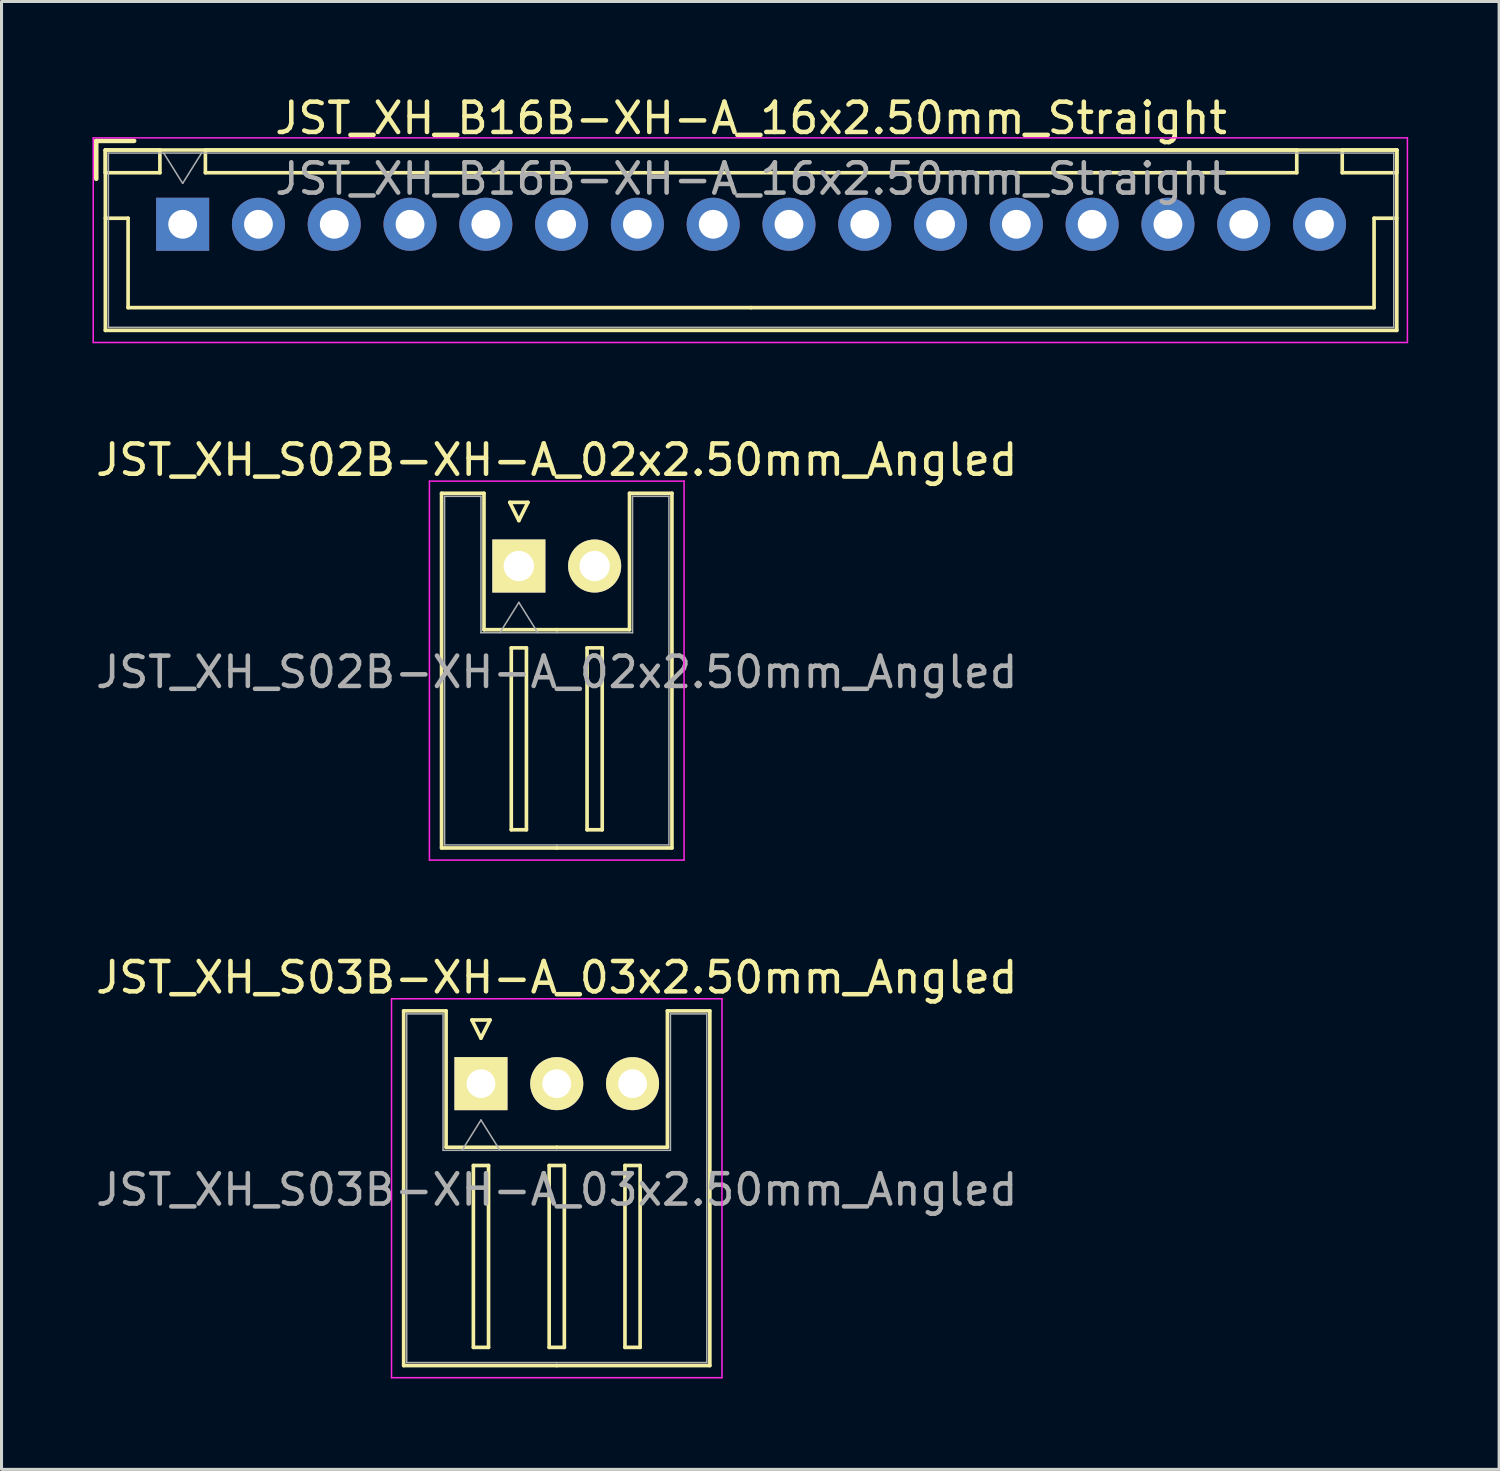
<source format=kicad_pcb>
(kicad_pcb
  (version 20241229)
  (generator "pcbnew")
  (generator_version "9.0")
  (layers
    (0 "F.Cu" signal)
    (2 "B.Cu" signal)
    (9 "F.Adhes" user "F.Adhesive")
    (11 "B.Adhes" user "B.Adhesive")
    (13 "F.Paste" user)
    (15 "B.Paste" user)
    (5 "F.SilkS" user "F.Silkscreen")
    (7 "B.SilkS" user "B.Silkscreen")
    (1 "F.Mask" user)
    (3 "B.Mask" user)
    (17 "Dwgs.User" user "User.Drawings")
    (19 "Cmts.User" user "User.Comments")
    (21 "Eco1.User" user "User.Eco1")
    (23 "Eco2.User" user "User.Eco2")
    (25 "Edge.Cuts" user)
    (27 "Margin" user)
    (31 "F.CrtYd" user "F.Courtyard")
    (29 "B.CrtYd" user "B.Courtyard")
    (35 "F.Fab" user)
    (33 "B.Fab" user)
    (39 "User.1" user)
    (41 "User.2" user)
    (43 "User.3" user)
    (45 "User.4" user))
  (footprint "JST_XH_S02B-XH-A_02x2.50mm_Angled"
    (layer "F.Cu")
    (at 14.065 15.621)
    (property "Reference" "JST_XH_S02B-XH-A_02x2.50mm_Angled" (at 1.25 3.5 0) (layer "F.Fab") (effects (font (size 1 1) (thickness 0.15))))
    (attr through_hole)
    (fp_line (start -2.55 -2.4) (end -1.15 -2.4) (stroke (width 0.12) (type solid)) (layer "F.SilkS"))
    (fp_line (start -2.55 9.3) (end -2.55 -2.4) (stroke (width 0.12) (type solid)) (layer "F.SilkS"))
    (fp_line (start -1.15 -2.4) (end -1.15 2.1) (stroke (width 0.12) (type solid)) (layer "F.SilkS"))
    (fp_line (start -1.15 2.1) (end 1.25 2.1) (stroke (width 0.12) (type solid)) (layer "F.SilkS"))
    (fp_line (start -0.3 -2.1) (end 0.3 -2.1) (stroke (width 0.12) (type solid)) (layer "F.SilkS"))
    (fp_line (start -0.25 2.7) (end -0.25 8.7) (stroke (width 0.12) (type solid)) (layer "F.SilkS"))
    (fp_line (start -0.25 8.7) (end 0.25 8.7) (stroke (width 0.12) (type solid)) (layer "F.SilkS"))
    (fp_line (start 0 -1.5) (end -0.3 -2.1) (stroke (width 0.12) (type solid)) (layer "F.SilkS"))
    (fp_line (start 0.25 2.7) (end -0.25 2.7) (stroke (width 0.12) (type solid)) (layer "F.SilkS"))
    (fp_line (start 0.25 8.7) (end 0.25 2.7) (stroke (width 0.12) (type solid)) (layer "F.SilkS"))
    (fp_line (start 0.3 -2.1) (end 0 -1.5) (stroke (width 0.12) (type solid)) (layer "F.SilkS"))
    (fp_line (start 1.25 9.3) (end -2.55 9.3) (stroke (width 0.12) (type solid)) (layer "F.SilkS"))
    (fp_line (start 1.25 9.3) (end 5.05 9.3) (stroke (width 0.12) (type solid)) (layer "F.SilkS"))
    (fp_line (start 2.25 2.7) (end 2.25 8.7) (stroke (width 0.12) (type solid)) (layer "F.SilkS"))
    (fp_line (start 2.25 8.7) (end 2.75 8.7) (stroke (width 0.12) (type solid)) (layer "F.SilkS"))
    (fp_line (start 2.75 2.7) (end 2.25 2.7) (stroke (width 0.12) (type solid)) (layer "F.SilkS"))
    (fp_line (start 2.75 8.7) (end 2.75 2.7) (stroke (width 0.12) (type solid)) (layer "F.SilkS"))
    (fp_line (start 3.65 -2.4) (end 3.65 2.1) (stroke (width 0.12) (type solid)) (layer "F.SilkS"))
    (fp_line (start 3.65 2.1) (end 1.25 2.1) (stroke (width 0.12) (type solid)) (layer "F.SilkS"))
    (fp_line (start 5.05 -2.4) (end 3.65 -2.4) (stroke (width 0.12) (type solid)) (layer "F.SilkS"))
    (fp_line (start 5.05 9.3) (end 5.05 -2.4) (stroke (width 0.12) (type solid)) (layer "F.SilkS"))
    (fp_line (start -2.95 -2.8) (end -2.95 9.7) (stroke (width 0.05) (type solid)) (layer "F.CrtYd"))
    (fp_line (start -2.95 9.7) (end 5.45 9.7) (stroke (width 0.05) (type solid)) (layer "F.CrtYd"))
    (fp_line (start 5.45 -2.8) (end -2.95 -2.8) (stroke (width 0.05) (type solid)) (layer "F.CrtYd"))
    (fp_line (start 5.45 9.7) (end 5.45 -2.8) (stroke (width 0.05) (type solid)) (layer "F.CrtYd"))
    (fp_line (start -2.45 -2.3) (end -1.25 -2.3) (stroke (width 0.05) (type solid)) (layer "F.Fab"))
    (fp_line (start -2.45 9.2) (end -2.45 -2.3) (stroke (width 0.05) (type solid)) (layer "F.Fab"))
    (fp_line (start -1.25 -2.3) (end -1.25 2.2) (stroke (width 0.05) (type solid)) (layer "F.Fab"))
    (fp_line (start -1.25 2.2) (end 1.25 2.2) (stroke (width 0.05) (type solid)) (layer "F.Fab"))
    (fp_line (start -0.625 2.2) (end 0 1.2) (stroke (width 0.05) (type solid)) (layer "F.Fab"))
    (fp_line (start 0 1.2) (end 0.625 2.2) (stroke (width 0.05) (type solid)) (layer "F.Fab"))
    (fp_line (start 1.25 9.2) (end -2.45 9.2) (stroke (width 0.05) (type solid)) (layer "F.Fab"))
    (fp_line (start 1.25 9.2) (end 4.95 9.2) (stroke (width 0.05) (type solid)) (layer "F.Fab"))
    (fp_line (start 3.75 -2.3) (end 3.75 2.2) (stroke (width 0.05) (type solid)) (layer "F.Fab"))
    (fp_line (start 3.75 2.2) (end 1.25 2.2) (stroke (width 0.05) (type solid)) (layer "F.Fab"))
    (fp_line (start 4.95 -2.3) (end 3.75 -2.3) (stroke (width 0.05) (type solid)) (layer "F.Fab"))
    (fp_line (start 4.95 9.2) (end 4.95 -2.3) (stroke (width 0.05) (type solid)) (layer "F.Fab"))
    (fp_text user "${REFERENCE}" (at 1.25 -3.5 0) (layer "F.SilkS") (effects (font (size 1 1) (thickness 0.15))))
    (pad "1" thru_hole rect (at 0 0) (size 1.75 1.75) (drill 1) (layers "*.Cu" "*.Mask" "F.SilkS"))
    (pad "2" thru_hole circle (at 2.5 0) (size 1.75 1.75) (drill 1) (layers "*.Cu" "*.Mask" "F.SilkS")))
  (footprint "JST_XH_S03B-XH-A_03x2.50mm_Angled"
    (layer "F.Cu")
    (at 12.815 32.695)
    (property "Reference" "JST_XH_S03B-XH-A_03x2.50mm_Angled" (at 2.5 3.5 0) (layer "F.Fab") (effects (font (size 1 1) (thickness 0.15))))
    (attr through_hole)
    (fp_line (start -2.55 -2.4) (end -1.15 -2.4) (stroke (width 0.12) (type solid)) (layer "F.SilkS"))
    (fp_line (start -2.55 9.3) (end -2.55 -2.4) (stroke (width 0.12) (type solid)) (layer "F.SilkS"))
    (fp_line (start -1.15 -2.4) (end -1.15 2.1) (stroke (width 0.12) (type solid)) (layer "F.SilkS"))
    (fp_line (start -1.15 2.1) (end 2.5 2.1) (stroke (width 0.12) (type solid)) (layer "F.SilkS"))
    (fp_line (start -0.3 -2.1) (end 0.3 -2.1) (stroke (width 0.12) (type solid)) (layer "F.SilkS"))
    (fp_line (start -0.25 2.7) (end -0.25 8.7) (stroke (width 0.12) (type solid)) (layer "F.SilkS"))
    (fp_line (start -0.25 8.7) (end 0.25 8.7) (stroke (width 0.12) (type solid)) (layer "F.SilkS"))
    (fp_line (start 0 -1.5) (end -0.3 -2.1) (stroke (width 0.12) (type solid)) (layer "F.SilkS"))
    (fp_line (start 0.25 2.7) (end -0.25 2.7) (stroke (width 0.12) (type solid)) (layer "F.SilkS"))
    (fp_line (start 0.25 8.7) (end 0.25 2.7) (stroke (width 0.12) (type solid)) (layer "F.SilkS"))
    (fp_line (start 0.3 -2.1) (end 0 -1.5) (stroke (width 0.12) (type solid)) (layer "F.SilkS"))
    (fp_line (start 2.25 2.7) (end 2.25 8.7) (stroke (width 0.12) (type solid)) (layer "F.SilkS"))
    (fp_line (start 2.25 8.7) (end 2.75 8.7) (stroke (width 0.12) (type solid)) (layer "F.SilkS"))
    (fp_line (start 2.5 9.3) (end -2.55 9.3) (stroke (width 0.12) (type solid)) (layer "F.SilkS"))
    (fp_line (start 2.5 9.3) (end 7.55 9.3) (stroke (width 0.12) (type solid)) (layer "F.SilkS"))
    (fp_line (start 2.75 2.7) (end 2.25 2.7) (stroke (width 0.12) (type solid)) (layer "F.SilkS"))
    (fp_line (start 2.75 8.7) (end 2.75 2.7) (stroke (width 0.12) (type solid)) (layer "F.SilkS"))
    (fp_line (start 4.75 2.7) (end 4.75 8.7) (stroke (width 0.12) (type solid)) (layer "F.SilkS"))
    (fp_line (start 4.75 8.7) (end 5.25 8.7) (stroke (width 0.12) (type solid)) (layer "F.SilkS"))
    (fp_line (start 5.25 2.7) (end 4.75 2.7) (stroke (width 0.12) (type solid)) (layer "F.SilkS"))
    (fp_line (start 5.25 8.7) (end 5.25 2.7) (stroke (width 0.12) (type solid)) (layer "F.SilkS"))
    (fp_line (start 6.15 -2.4) (end 6.15 2.1) (stroke (width 0.12) (type solid)) (layer "F.SilkS"))
    (fp_line (start 6.15 2.1) (end 2.5 2.1) (stroke (width 0.12) (type solid)) (layer "F.SilkS"))
    (fp_line (start 7.55 -2.4) (end 6.15 -2.4) (stroke (width 0.12) (type solid)) (layer "F.SilkS"))
    (fp_line (start 7.55 9.3) (end 7.55 -2.4) (stroke (width 0.12) (type solid)) (layer "F.SilkS"))
    (fp_line (start -2.95 -2.8) (end -2.95 9.7) (stroke (width 0.05) (type solid)) (layer "F.CrtYd"))
    (fp_line (start -2.95 9.7) (end 7.95 9.7) (stroke (width 0.05) (type solid)) (layer "F.CrtYd"))
    (fp_line (start 7.95 -2.8) (end -2.95 -2.8) (stroke (width 0.05) (type solid)) (layer "F.CrtYd"))
    (fp_line (start 7.95 9.7) (end 7.95 -2.8) (stroke (width 0.05) (type solid)) (layer "F.CrtYd"))
    (fp_line (start -2.45 -2.3) (end -1.25 -2.3) (stroke (width 0.05) (type solid)) (layer "F.Fab"))
    (fp_line (start -2.45 9.2) (end -2.45 -2.3) (stroke (width 0.05) (type solid)) (layer "F.Fab"))
    (fp_line (start -1.25 -2.3) (end -1.25 2.2) (stroke (width 0.05) (type solid)) (layer "F.Fab"))
    (fp_line (start -1.25 2.2) (end 2.5 2.2) (stroke (width 0.05) (type solid)) (layer "F.Fab"))
    (fp_line (start -0.625 2.2) (end 0 1.2) (stroke (width 0.05) (type solid)) (layer "F.Fab"))
    (fp_line (start 0 1.2) (end 0.625 2.2) (stroke (width 0.05) (type solid)) (layer "F.Fab"))
    (fp_line (start 2.5 9.2) (end -2.45 9.2) (stroke (width 0.05) (type solid)) (layer "F.Fab"))
    (fp_line (start 2.5 9.2) (end 7.45 9.2) (stroke (width 0.05) (type solid)) (layer "F.Fab"))
    (fp_line (start 6.25 -2.3) (end 6.25 2.2) (stroke (width 0.05) (type solid)) (layer "F.Fab"))
    (fp_line (start 6.25 2.2) (end 2.5 2.2) (stroke (width 0.05) (type solid)) (layer "F.Fab"))
    (fp_line (start 7.45 -2.3) (end 6.25 -2.3) (stroke (width 0.05) (type solid)) (layer "F.Fab"))
    (fp_line (start 7.45 9.2) (end 7.45 -2.3) (stroke (width 0.05) (type solid)) (layer "F.Fab"))
    (fp_text user "${REFERENCE}" (at 2.5 -3.5 0) (layer "F.SilkS") (effects (font (size 1 1) (thickness 0.15))))
    (pad "1" thru_hole rect (at 0 0) (size 1.75 1.75) (drill 0.95) (layers "*.Cu" "*.Mask" "F.SilkS"))
    (pad "2" thru_hole circle (at 2.5 0) (size 1.75 1.75) (drill 0.95) (layers "*.Cu" "*.Mask" "F.SilkS"))
    (pad "3" thru_hole circle (at 5 0) (size 1.75 1.75) (drill 0.95) (layers "*.Cu" "*.Mask" "F.SilkS")))
  (footprint "JST_XH_B16B-XH-A_16x2.50mm_Straight"
    (layer "F.Cu")
    (at 2.975 4.348)
    (property "Reference" "JST_XH_B16B-XH-A_16x2.50mm_Straight" (at 18.75 -1.5 0) (layer "F.Fab") (effects (font (size 1 1) (thickness 0.15))))
    (attr through_hole)
    (fp_line (start -2.85 -2.75) (end -2.85 -1.5) (stroke (width 0.15) (type solid)) (layer "F.SilkS"))
    (fp_line (start -2.55 -2.45) (end -2.55 -1.7) (stroke (width 0.12) (type solid)) (layer "F.SilkS"))
    (fp_line (start -2.55 -2.45) (end -2.55 3.5) (stroke (width 0.12) (type solid)) (layer "F.SilkS"))
    (fp_line (start -2.55 -1.7) (end -0.75 -1.7) (stroke (width 0.12) (type solid)) (layer "F.SilkS"))
    (fp_line (start -2.55 -0.2) (end -1.8 -0.2) (stroke (width 0.12) (type solid)) (layer "F.SilkS"))
    (fp_line (start -2.55 3.5) (end 40.05 3.5) (stroke (width 0.12) (type solid)) (layer "F.SilkS"))
    (fp_line (start -1.8 -0.2) (end -1.8 2.75) (stroke (width 0.12) (type solid)) (layer "F.SilkS"))
    (fp_line (start -1.8 2.75) (end 18.75 2.75) (stroke (width 0.12) (type solid)) (layer "F.SilkS"))
    (fp_line (start -1.6 -2.75) (end -2.85 -2.75) (stroke (width 0.15) (type solid)) (layer "F.SilkS"))
    (fp_line (start -0.75 -2.45) (end -2.55 -2.45) (stroke (width 0.12) (type solid)) (layer "F.SilkS"))
    (fp_line (start -0.75 -1.7) (end -0.75 -2.45) (stroke (width 0.12) (type solid)) (layer "F.SilkS"))
    (fp_line (start 0.75 -2.45) (end 0.75 -1.7) (stroke (width 0.12) (type solid)) (layer "F.SilkS"))
    (fp_line (start 0.75 -1.7) (end 36.75 -1.7) (stroke (width 0.12) (type solid)) (layer "F.SilkS"))
    (fp_line (start 36.75 -2.45) (end 0.75 -2.45) (stroke (width 0.12) (type solid)) (layer "F.SilkS"))
    (fp_line (start 36.75 -1.7) (end 36.75 -2.45) (stroke (width 0.12) (type solid)) (layer "F.SilkS"))
    (fp_line (start 38.25 -2.45) (end 38.25 -1.7) (stroke (width 0.12) (type solid)) (layer "F.SilkS"))
    (fp_line (start 38.25 -1.7) (end 40.05 -1.7) (stroke (width 0.12) (type solid)) (layer "F.SilkS"))
    (fp_line (start 39.3 -0.2) (end 39.3 2.75) (stroke (width 0.12) (type solid)) (layer "F.SilkS"))
    (fp_line (start 39.3 2.75) (end 18.75 2.75) (stroke (width 0.12) (type solid)) (layer "F.SilkS"))
    (fp_line (start 40.05 -2.45) (end -2.55 -2.45) (stroke (width 0.12) (type solid)) (layer "F.SilkS"))
    (fp_line (start 40.05 -2.45) (end 38.25 -2.45) (stroke (width 0.12) (type solid)) (layer "F.SilkS"))
    (fp_line (start 40.05 -1.7) (end 40.05 -2.45) (stroke (width 0.12) (type solid)) (layer "F.SilkS"))
    (fp_line (start 40.05 -0.2) (end 39.3 -0.2) (stroke (width 0.12) (type solid)) (layer "F.SilkS"))
    (fp_line (start 40.05 3.5) (end 40.05 -2.45) (stroke (width 0.12) (type solid)) (layer "F.SilkS"))
    (fp_line (start -2.95 -2.85) (end -2.95 3.9) (stroke (width 0.05) (type solid)) (layer "F.CrtYd"))
    (fp_line (start -2.95 3.9) (end 40.4 3.9) (stroke (width 0.05) (type solid)) (layer "F.CrtYd"))
    (fp_line (start 40.4 -2.85) (end -2.95 -2.85) (stroke (width 0.05) (type solid)) (layer "F.CrtYd"))
    (fp_line (start 40.4 3.9) (end 40.4 -2.85) (stroke (width 0.05) (type solid)) (layer "F.CrtYd"))
    (fp_line (start -2.45 -2.35) (end -2.45 3.4) (stroke (width 0.05) (type solid)) (layer "F.Fab"))
    (fp_line (start -2.45 3.4) (end 39.95 3.4) (stroke (width 0.05) (type solid)) (layer "F.Fab"))
    (fp_line (start -0.625 -2.35) (end 0 -1.35) (stroke (width 0.05) (type solid)) (layer "F.Fab"))
    (fp_line (start 0 -1.35) (end 0.625 -2.35) (stroke (width 0.05) (type solid)) (layer "F.Fab"))
    (fp_line (start 39.95 -2.35) (end -2.45 -2.35) (stroke (width 0.05) (type solid)) (layer "F.Fab"))
    (fp_line (start 39.95 3.4) (end 39.95 -2.35) (stroke (width 0.05) (type solid)) (layer "F.Fab"))
    (fp_text user "${REFERENCE}" (at 18.75 -3.5 0) (layer "F.SilkS") (effects (font (size 1 1) (thickness 0.15))))
    (pad "1" thru_hole rect (at 0 0) (size 1.75 1.75) (drill 0.95) (layers "*.Cu" "*.Mask"))
    (pad "2" thru_hole circle (at 2.5 0) (size 1.75 1.75) (drill 0.95) (layers "*.Cu" "*.Mask"))
    (pad "3" thru_hole circle (at 5 0) (size 1.75 1.75) (drill 0.95) (layers "*.Cu" "*.Mask"))
    (pad "4" thru_hole circle (at 7.5 0) (size 1.75 1.75) (drill 0.95) (layers "*.Cu" "*.Mask"))
    (pad "5" thru_hole circle (at 10 0) (size 1.75 1.75) (drill 0.95) (layers "*.Cu" "*.Mask"))
    (pad "6" thru_hole circle (at 12.5 0) (size 1.75 1.75) (drill 0.95) (layers "*.Cu" "*.Mask"))
    (pad "7" thru_hole circle (at 15 0) (size 1.75 1.75) (drill 0.95) (layers "*.Cu" "*.Mask"))
    (pad "8" thru_hole circle (at 17.5 0) (size 1.75 1.75) (drill 0.95) (layers "*.Cu" "*.Mask"))
    (pad "9" thru_hole circle (at 20 0) (size 1.75 1.75) (drill 0.95) (layers "*.Cu" "*.Mask"))
    (pad "10" thru_hole circle (at 22.5 0) (size 1.75 1.75) (drill 0.95) (layers "*.Cu" "*.Mask"))
    (pad "11" thru_hole circle (at 25 0) (size 1.75 1.75) (drill 0.95) (layers "*.Cu" "*.Mask"))
    (pad "12" thru_hole circle (at 27.5 0) (size 1.75 1.75) (drill 0.95) (layers "*.Cu" "*.Mask"))
    (pad "13" thru_hole circle (at 30 0) (size 1.75 1.75) (drill 0.95) (layers "*.Cu" "*.Mask"))
    (pad "14" thru_hole circle (at 32.5 0) (size 1.75 1.75) (drill 0.95) (layers "*.Cu" "*.Mask"))
    (pad "15" thru_hole circle (at 35 0) (size 1.75 1.75) (drill 0.95) (layers "*.Cu" "*.Mask"))
    (pad "16" thru_hole circle (at 37.5 0) (size 1.75 1.75) (drill 0.95) (layers "*.Cu" "*.Mask")))
  (gr_rect
    (start -3 -3)
    (end 46.4 45.42)
    (stroke (width 0.1) (type default))
    (fill no)
    (layer "Edge.Cuts")))
</source>
